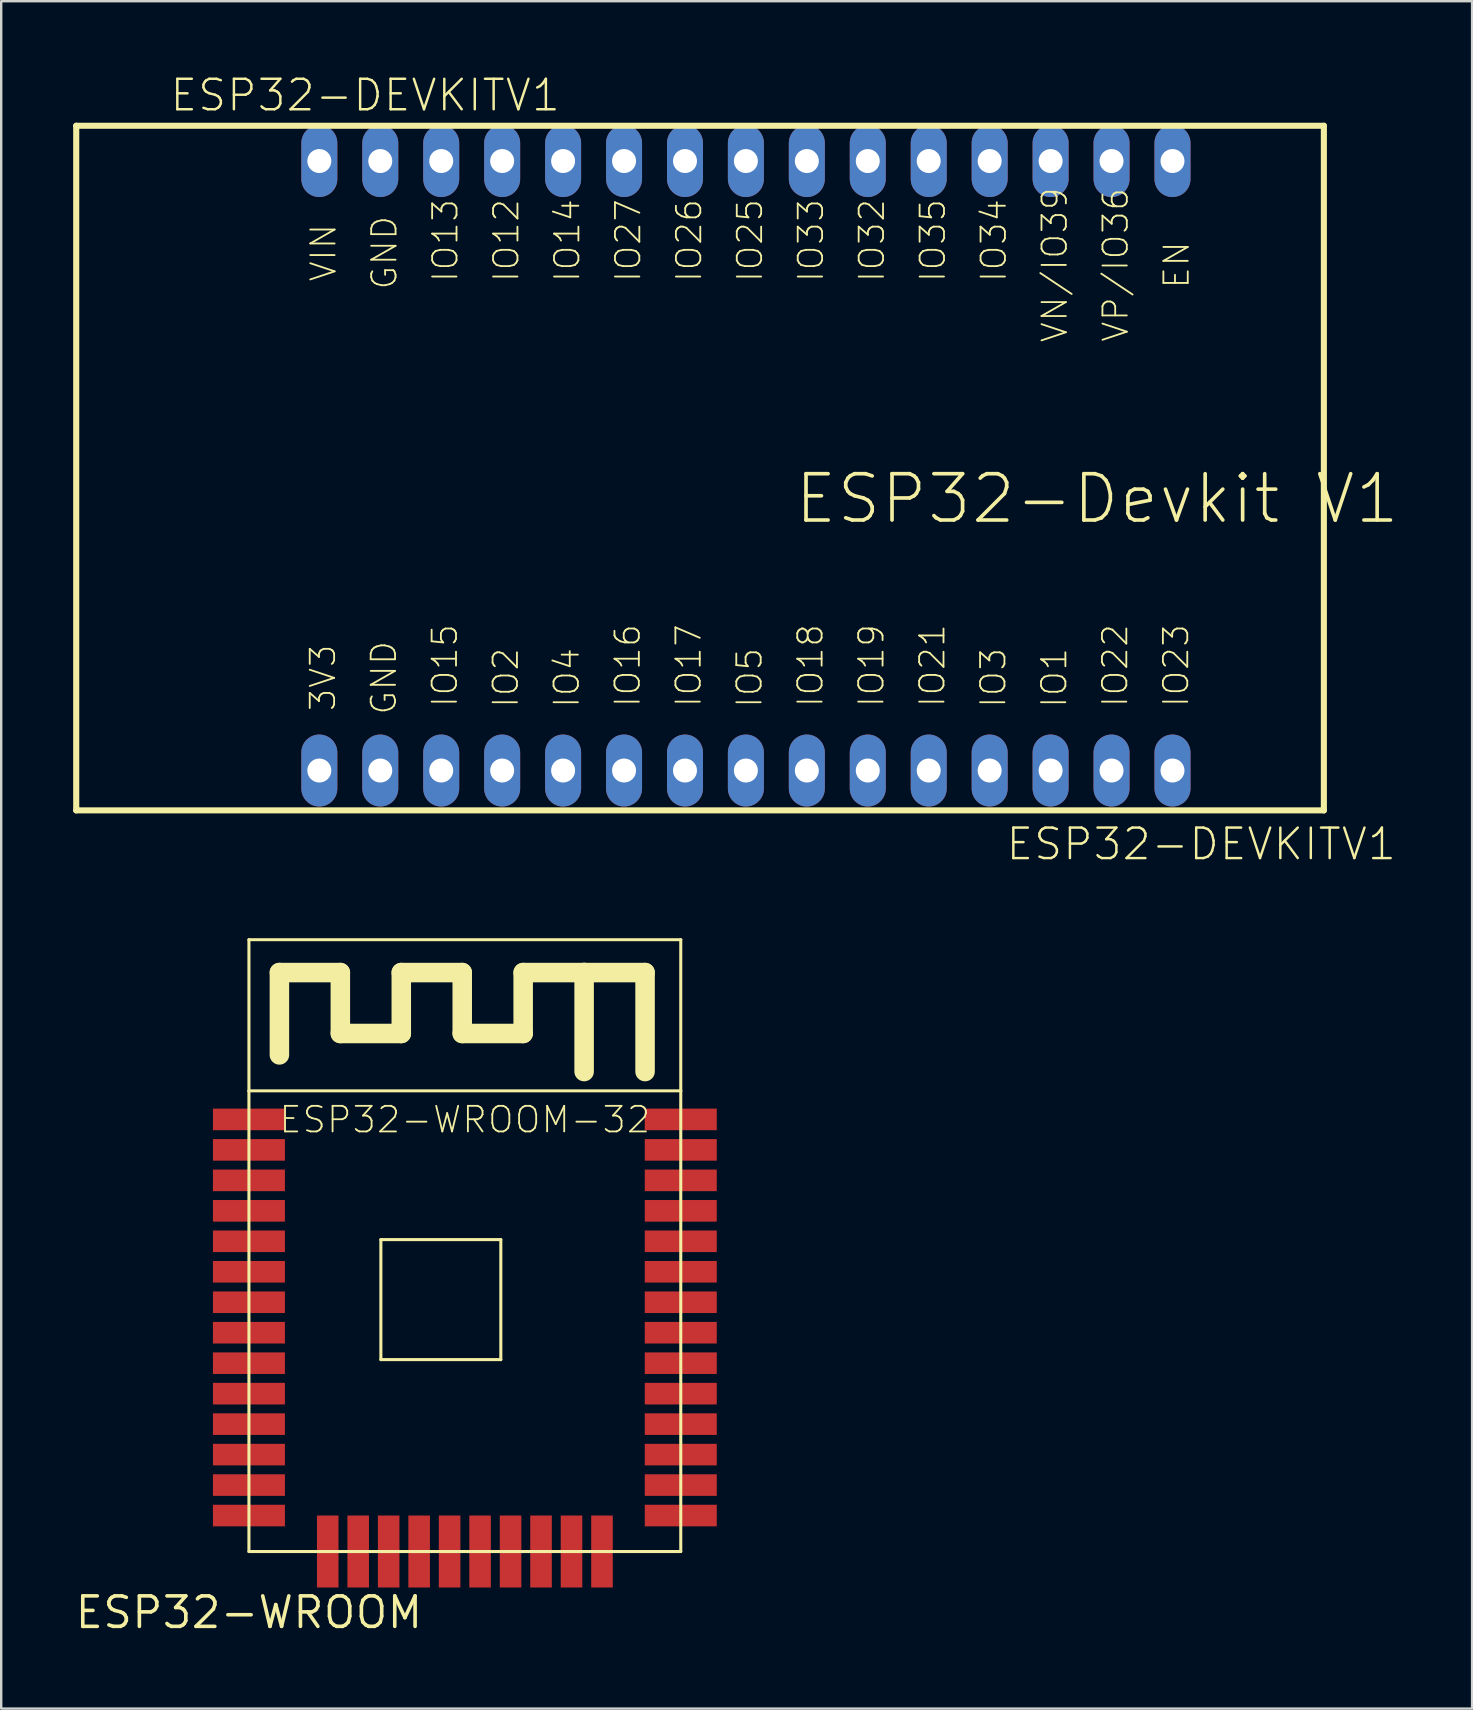
<source format=kicad_pcb>
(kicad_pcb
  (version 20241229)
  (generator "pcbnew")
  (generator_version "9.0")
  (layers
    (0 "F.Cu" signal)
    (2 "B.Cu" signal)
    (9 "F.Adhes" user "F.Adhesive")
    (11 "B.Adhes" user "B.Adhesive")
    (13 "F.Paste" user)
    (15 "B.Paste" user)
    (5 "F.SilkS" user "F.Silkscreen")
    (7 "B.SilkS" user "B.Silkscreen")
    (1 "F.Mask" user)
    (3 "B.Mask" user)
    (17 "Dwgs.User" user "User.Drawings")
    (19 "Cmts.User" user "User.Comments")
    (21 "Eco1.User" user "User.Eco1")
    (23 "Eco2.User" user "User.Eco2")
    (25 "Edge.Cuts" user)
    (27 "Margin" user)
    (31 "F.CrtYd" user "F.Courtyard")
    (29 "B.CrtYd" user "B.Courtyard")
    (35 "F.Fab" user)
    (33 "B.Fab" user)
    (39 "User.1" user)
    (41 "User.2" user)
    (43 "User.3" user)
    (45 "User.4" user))
  (footprint "ESP32-DEVKITV1"
    (layer "F.Cu")
    (at 26.777 16.796)
    (property "Reference" "ESP32-DEVKITV1" (at -14.605 -15.875 0) (layer "F.SilkS") (effects (font (size 1.27 1.27) (thickness 0.102))))
    (attr exclude_from_pos_files exclude_from_bom)
    (fp_line (start -26.65 -14.605) (end 25.349 -14.605) (stroke (width 0.254) (type solid)) (layer "F.SilkS"))
    (fp_line (start -26.65 13.929) (end -26.65 -14.605) (stroke (width 0.254) (type solid)) (layer "F.SilkS"))
    (fp_line (start 25.349 -14.605) (end 25.349 13.929) (stroke (width 0.254) (type solid)) (layer "F.SilkS"))
    (fp_line (start 25.349 13.929) (end -26.65 13.929) (stroke (width 0.254) (type solid)) (layer "F.SilkS"))
    (fp_text user "IO25" (at 1.43 -9.82 90) (layer "F.SilkS") (effects (font (size 1.016 1.016) (thickness 0.076))))
    (fp_text user "VP/IO36" (at 16.67 -8.804 90) (layer "F.SilkS") (effects (font (size 1.016 1.016) (thickness 0.076))))
    (fp_text user "IO19" (at 6.49 7.897 90) (layer "F.SilkS") (effects (font (size 1.016 1.016) (thickness 0.076))))
    (fp_text user "IO23" (at 19.19 7.897 90) (layer "F.SilkS") (effects (font (size 1.016 1.016) (thickness 0.076))))
    (fp_text user "IO21" (at 9.03 7.897 90) (layer "F.SilkS") (effects (font (size 1.016 1.016) (thickness 0.076))))
    (fp_text user "IO26" (at -1.107 -9.82 90) (layer "F.SilkS") (effects (font (size 1.016 1.016) (thickness 0.076))))
    (fp_text user "IO27" (at -3.647 -9.82 90) (layer "F.SilkS") (effects (font (size 1.016 1.016) (thickness 0.076))))
    (fp_text user "IO34" (at 11.59 -9.82 90) (layer "F.SilkS") (effects (font (size 1.016 1.016) (thickness 0.076))))
    (fp_text user "IO4" (at -6.208 8.405 90) (layer "F.SilkS") (effects (font (size 1.016 1.016) (thickness 0.076))))
    (fp_text user "EN" (at 19.21 -8.804 90) (layer "F.SilkS") (effects (font (size 1.016 1.016) (thickness 0.076))))
    (fp_text user "IO12" (at -8.727 -9.82 90) (layer "F.SilkS") (effects (font (size 1.016 1.016) (thickness 0.076))))
    (fp_text user "VIN" (at -16.347 -9.312 90) (layer "F.SilkS") (effects (font (size 1.016 1.016) (thickness 0.076))))
    (fp_text user "ESP32-Devkit V1" (at 15.898 0.942 0) (layer "F.SilkS") (effects (font (size 1.93 1.93) (thickness 0.152))))
    (fp_text user "IO17" (at -1.128 7.897 90) (layer "F.SilkS") (effects (font (size 1.016 1.016) (thickness 0.076))))
    (fp_text user "IO14" (at -6.187 -9.82 90) (layer "F.SilkS") (effects (font (size 1.016 1.016) (thickness 0.076))))
    (fp_text user "IO5" (at 1.41 8.405 90) (layer "F.SilkS") (effects (font (size 1.016 1.016) (thickness 0.076))))
    (fp_text user "GND" (at -13.828 8.405 90) (layer "F.SilkS") (effects (font (size 1.016 1.016) (thickness 0.076))))
    (fp_text user "IO33" (at 3.97 -9.82 90) (layer "F.SilkS") (effects (font (size 1.016 1.016) (thickness 0.076))))
    (fp_text user "IO13" (at -11.267 -9.82 90) (layer "F.SilkS") (effects (font (size 1.016 1.016) (thickness 0.076))))
    (fp_text user "IO18" (at 3.95 7.897 90) (layer "F.SilkS") (effects (font (size 1.016 1.016) (thickness 0.076))))
    (fp_text user "ESP32-DEVKITV1" (at 20.239 15.334 0) (layer "F.SilkS") (effects (font (size 1.27 1.27) (thickness 0.102))))
    (fp_text user "IO22" (at 16.65 7.897 90) (layer "F.SilkS") (effects (font (size 1.016 1.016) (thickness 0.076))))
    (fp_text user "IO16" (at -3.668 7.897 90) (layer "F.SilkS") (effects (font (size 1.016 1.016) (thickness 0.076))))
    (fp_text user "IO3" (at 11.57 8.405 90) (layer "F.SilkS") (effects (font (size 1.016 1.016) (thickness 0.076))))
    (fp_text user "IO2" (at -8.748 8.405 90) (layer "F.SilkS") (effects (font (size 1.016 1.016) (thickness 0.076))))
    (fp_text user "IO32" (at 6.51 -9.82 90) (layer "F.SilkS") (effects (font (size 1.016 1.016) (thickness 0.076))))
    (fp_text user "IO35" (at 9.05 -9.82 90) (layer "F.SilkS") (effects (font (size 1.016 1.016) (thickness 0.076))))
    (fp_text user "IO1" (at 14.11 8.405 90) (layer "F.SilkS") (effects (font (size 1.016 1.016) (thickness 0.076))))
    (fp_text user "GND" (at -13.807 -9.312 90) (layer "F.SilkS") (effects (font (size 1.016 1.016) (thickness 0.076))))
    (fp_text user "IO15" (at -11.288 7.897 90) (layer "F.SilkS") (effects (font (size 1.016 1.016) (thickness 0.076))))
    (fp_text user "3V3" (at -16.368 8.405 90) (layer "F.SilkS") (effects (font (size 1.016 1.016) (thickness 0.076))))
    (fp_text user "VN/IO39" (at 14.13 -8.804 90) (layer "F.SilkS") (effects (font (size 1.016 1.016) (thickness 0.076))))
    (pad "3V3" thru_hole oval (at -16.518 12.268) (size 1.5 3) (drill 1) (layers "*.Cu" "*.Mask"))
    (pad "D1" thru_hole oval (at 13.96 12.268) (size 1.5 3) (drill 1) (layers "*.Cu" "*.Mask"))
    (pad "D2" thru_hole oval (at -8.898 12.268) (size 1.5 3) (drill 1) (layers "*.Cu" "*.Mask"))
    (pad "D3" thru_hole oval (at 11.42 12.268) (size 1.5 3) (drill 1) (layers "*.Cu" "*.Mask"))
    (pad "D4" thru_hole oval (at -6.358 12.268) (size 1.5 3) (drill 1) (layers "*.Cu" "*.Mask"))
    (pad "D5" thru_hole oval (at 1.26 12.268) (size 1.5 3) (drill 1) (layers "*.Cu" "*.Mask"))
    (pad "D12" thru_hole oval (at -8.898 -13.134) (size 1.5 3) (drill 1) (layers "*.Cu" "*.Mask"))
    (pad "D13" thru_hole oval (at -11.438 -13.134) (size 1.5 3) (drill 1) (layers "*.Cu" "*.Mask"))
    (pad "D14" thru_hole oval (at -6.358 -13.134) (size 1.5 3) (drill 1) (layers "*.Cu" "*.Mask"))
    (pad "D15" thru_hole oval (at -11.438 12.268) (size 1.5 3) (drill 1) (layers "*.Cu" "*.Mask"))
    (pad "D16" thru_hole oval (at -3.818 12.268) (size 1.5 3) (drill 1) (layers "*.Cu" "*.Mask"))
    (pad "D17" thru_hole oval (at -1.278 12.268) (size 1.5 3) (drill 1) (layers "*.Cu" "*.Mask"))
    (pad "D18" thru_hole oval (at 3.8 12.268) (size 1.5 3) (drill 1) (layers "*.Cu" "*.Mask"))
    (pad "D19" thru_hole oval (at 6.34 12.268) (size 1.5 3) (drill 1) (layers "*.Cu" "*.Mask"))
    (pad "D21" thru_hole oval (at 8.88 12.268) (size 1.5 3) (drill 1) (layers "*.Cu" "*.Mask"))
    (pad "D22" thru_hole oval (at 16.5 12.268) (size 1.5 3) (drill 1) (layers "*.Cu" "*.Mask"))
    (pad "D23" thru_hole oval (at 19.04 12.268) (size 1.5 3) (drill 1) (layers "*.Cu" "*.Mask"))
    (pad "D25" thru_hole oval (at 1.26 -13.134) (size 1.5 3) (drill 1) (layers "*.Cu" "*.Mask"))
    (pad "D26" thru_hole oval (at -1.278 -13.134) (size 1.5 3) (drill 1) (layers "*.Cu" "*.Mask"))
    (pad "D27" thru_hole oval (at -3.818 -13.134) (size 1.5 3) (drill 1) (layers "*.Cu" "*.Mask"))
    (pad "D32" thru_hole oval (at 6.34 -13.134) (size 1.5 3) (drill 1) (layers "*.Cu" "*.Mask"))
    (pad "D33" thru_hole oval (at 3.8 -13.134) (size 1.5 3) (drill 1) (layers "*.Cu" "*.Mask"))
    (pad "D34" thru_hole oval (at 11.42 -13.134) (size 1.5 3) (drill 1) (layers "*.Cu" "*.Mask"))
    (pad "D35" thru_hole oval (at 8.88 -13.134) (size 1.5 3) (drill 1) (layers "*.Cu" "*.Mask"))
    (pad "D36" thru_hole oval (at 16.5 -13.134) (size 1.5 3) (drill 1) (layers "*.Cu" "*.Mask"))
    (pad "D39" thru_hole oval (at 13.96 -13.134) (size 1.5 3) (drill 1) (layers "*.Cu" "*.Mask"))
    (pad "EN" thru_hole oval (at 19.04 -13.134) (size 1.5 3) (drill 1) (layers "*.Cu" "*.Mask"))
    (pad "GND@1" thru_hole oval (at -13.978 -13.134) (size 1.5 3) (drill 1) (layers "*.Cu" "*.Mask"))
    (pad "GND@2" thru_hole oval (at -13.978 12.268) (size 1.5 3) (drill 1) (layers "*.Cu" "*.Mask"))
    (pad "VIN" thru_hole oval (at -16.518 -13.134) (size 1.5 3) (drill 1) (layers "*.Cu" "*.Mask")))
  (footprint "ESP32-WROOM"
    (layer "F.Cu")
    (at 7.325 61.614)
    (property "Reference" "ESP32-WROOM" (at 0 2.54 0) (layer "F.SilkS") (effects (font (size 1.27 1.27) (thickness 0.15))))
    (attr smd)
    (fp_line (start 0 -25.499) (end 0 -19.2) (stroke (width 0.127) (type solid)) (layer "F.SilkS"))
    (fp_line (start 0 -19.2) (end 0 0) (stroke (width 0.127) (type solid)) (layer "F.SilkS"))
    (fp_line (start 0 -19.2) (end 17.998 -19.2) (stroke (width 0.127) (type solid)) (layer "F.SilkS"))
    (fp_line (start 0 0) (end 17.998 0) (stroke (width 0.127) (type solid)) (layer "F.SilkS"))
    (fp_line (start 1.27 -24.13) (end 1.27 -20.698) (stroke (width 0.813) (type solid)) (layer "F.SilkS"))
    (fp_line (start 3.81 -24.13) (end 1.27 -24.13) (stroke (width 0.813) (type solid)) (layer "F.SilkS"))
    (fp_line (start 3.81 -21.59) (end 3.81 -24.13) (stroke (width 0.813) (type solid)) (layer "F.SilkS"))
    (fp_line (start 5.499 -13) (end 5.499 -7.998) (stroke (width 0.127) (type solid)) (layer "F.SilkS"))
    (fp_line (start 5.499 -7.998) (end 10.498 -7.998) (stroke (width 0.127) (type solid)) (layer "F.SilkS"))
    (fp_line (start 6.35 -24.13) (end 6.35 -21.59) (stroke (width 0.813) (type solid)) (layer "F.SilkS"))
    (fp_line (start 6.35 -21.59) (end 3.81 -21.59) (stroke (width 0.813) (type solid)) (layer "F.SilkS"))
    (fp_line (start 8.89 -24.13) (end 6.35 -24.13) (stroke (width 0.813) (type solid)) (layer "F.SilkS"))
    (fp_line (start 8.89 -21.59) (end 8.89 -24.13) (stroke (width 0.813) (type solid)) (layer "F.SilkS"))
    (fp_line (start 10.498 -13) (end 5.499 -13) (stroke (width 0.127) (type solid)) (layer "F.SilkS"))
    (fp_line (start 10.498 -7.998) (end 10.498 -13) (stroke (width 0.127) (type solid)) (layer "F.SilkS"))
    (fp_line (start 11.43 -24.13) (end 11.43 -21.59) (stroke (width 0.813) (type solid)) (layer "F.SilkS"))
    (fp_line (start 11.43 -21.59) (end 8.89 -21.59) (stroke (width 0.813) (type solid)) (layer "F.SilkS"))
    (fp_line (start 13.97 -24.13) (end 11.43 -24.13) (stroke (width 0.813) (type solid)) (layer "F.SilkS"))
    (fp_line (start 13.97 -24.13) (end 13.97 -20.003) (stroke (width 0.813) (type solid)) (layer "F.SilkS"))
    (fp_line (start 16.51 -24.13) (end 13.97 -24.13) (stroke (width 0.813) (type solid)) (layer "F.SilkS"))
    (fp_line (start 16.51 -20.003) (end 16.51 -24.13) (stroke (width 0.813) (type solid)) (layer "F.SilkS"))
    (fp_line (start 17.998 -25.499) (end 0 -25.499) (stroke (width 0.127) (type solid)) (layer "F.SilkS"))
    (fp_line (start 17.998 -19.2) (end 17.998 -25.499) (stroke (width 0.127) (type solid)) (layer "F.SilkS"))
    (fp_line (start 17.998 0) (end 17.998 -19.2) (stroke (width 0.127) (type solid)) (layer "F.SilkS"))
    (fp_text user "ESP32-WROOM-32" (at 8.999 -17.998 0) (layer "F.SilkS") (effects (font (size 1.067 1.067) (thickness 0.076))))
    (pad "3V3" smd rect (at 0 -16.739) (size 3 0.9) (layers "F.Cu" "F.Mask" "F.Paste"))
    (pad "CLK" smd rect (at 9.634 0 90) (size 3 0.899) (layers "F.Cu" "F.Mask" "F.Paste"))
    (pad "CMD" smd rect (at 8.364 0 90) (size 3 0.899) (layers "F.Cu" "F.Mask" "F.Paste"))
    (pad "EN" smd rect (at 0 -15.469) (size 3 0.9) (layers "F.Cu" "F.Mask" "F.Paste"))
    (pad "GND1" smd rect (at 0 -18.009) (size 3 0.9) (layers "F.Cu" "F.Mask" "F.Paste"))
    (pad "GND2" smd rect (at 3.284 0 90) (size 3 0.899) (layers "F.Cu" "F.Mask" "F.Paste"))
    (pad "GND3" smd rect (at 17.998 -18.009) (size 3 0.9) (layers "F.Cu" "F.Mask" "F.Paste"))
    (pad "IO0" smd rect (at 17.998 -1.499) (size 3 0.9) (layers "F.Cu" "F.Mask" "F.Paste"))
    (pad "IO2" smd rect (at 14.714 0 90) (size 3 0.899) (layers "F.Cu" "F.Mask" "F.Paste"))
    (pad "IO4" smd rect (at 17.998 -2.769) (size 3 0.9) (layers "F.Cu" "F.Mask" "F.Paste"))
    (pad "IO5" smd rect (at 17.998 -6.579) (size 3 0.9) (layers "F.Cu" "F.Mask" "F.Paste"))
    (pad "IO12" smd rect (at 0 -1.499) (size 3 0.9) (layers "F.Cu" "F.Mask" "F.Paste"))
    (pad "IO13" smd rect (at 4.554 0 90) (size 3 0.899) (layers "F.Cu" "F.Mask" "F.Paste"))
    (pad "IO14" smd rect (at 0 -2.769) (size 3 0.9) (layers "F.Cu" "F.Mask" "F.Paste"))
    (pad "IO15" smd rect (at 13.444 0 90) (size 3 0.899) (layers "F.Cu" "F.Mask" "F.Paste"))
    (pad "IO16" smd rect (at 17.998 -4.039) (size 3 0.9) (layers "F.Cu" "F.Mask" "F.Paste"))
    (pad "IO17" smd rect (at 17.998 -5.309) (size 3 0.9) (layers "F.Cu" "F.Mask" "F.Paste"))
    (pad "IO18" smd rect (at 17.998 -7.849) (size 3 0.9) (layers "F.Cu" "F.Mask" "F.Paste"))
    (pad "IO19" smd rect (at 17.998 -9.119) (size 3 0.9) (layers "F.Cu" "F.Mask" "F.Paste"))
    (pad "IO21" smd rect (at 17.998 -11.659) (size 3 0.9) (layers "F.Cu" "F.Mask" "F.Paste"))
    (pad "IO22" smd rect (at 17.998 -15.469) (size 3 0.9) (layers "F.Cu" "F.Mask" "F.Paste"))
    (pad "IO23" smd rect (at 17.998 -16.739) (size 3 0.9) (layers "F.Cu" "F.Mask" "F.Paste"))
    (pad "IO25" smd rect (at 0 -6.579) (size 3 0.9) (layers "F.Cu" "F.Mask" "F.Paste"))
    (pad "IO26" smd rect (at 0 -5.309) (size 3 0.9) (layers "F.Cu" "F.Mask" "F.Paste"))
    (pad "IO27" smd rect (at 0 -4.039) (size 3 0.9) (layers "F.Cu" "F.Mask" "F.Paste"))
    (pad "IO32" smd rect (at 0 -9.119) (size 3 0.9) (layers "F.Cu" "F.Mask" "F.Paste"))
    (pad "IO33" smd rect (at 0 -7.849) (size 3 0.9) (layers "F.Cu" "F.Mask" "F.Paste"))
    (pad "IO34" smd rect (at 0 -11.659) (size 3 0.9) (layers "F.Cu" "F.Mask" "F.Paste"))
    (pad "IO35" smd rect (at 0 -10.389) (size 3 0.9) (layers "F.Cu" "F.Mask" "F.Paste"))
    (pad "NC" smd rect (at 17.998 -10.389) (size 3 0.9) (layers "F.Cu" "F.Mask" "F.Paste"))
    (pad "RX" smd rect (at 17.998 -12.929) (size 3 0.9) (layers "F.Cu" "F.Mask" "F.Paste"))
    (pad "SD0" smd rect (at 10.904 0 90) (size 3 0.899) (layers "F.Cu" "F.Mask" "F.Paste"))
    (pad "SD1" smd rect (at 12.174 0 90) (size 3 0.899) (layers "F.Cu" "F.Mask" "F.Paste"))
    (pad "SD2" smd rect (at 5.824 0 90) (size 3 0.899) (layers "F.Cu" "F.Mask" "F.Paste"))
    (pad "SD3" smd rect (at 7.094 0 90) (size 3 0.899) (layers "F.Cu" "F.Mask" "F.Paste"))
    (pad "SENSOR_VN" smd rect (at 0 -12.929) (size 3 0.9) (layers "F.Cu" "F.Mask" "F.Paste"))
    (pad "SENSOR_VP" smd rect (at 0 -14.199) (size 3 0.9) (layers "F.Cu" "F.Mask" "F.Paste"))
    (pad "TX" smd rect (at 17.998 -14.199) (size 3 0.9) (layers "F.Cu" "F.Mask" "F.Paste")))
  (gr_rect
    (start -3 -3)
    (end 58.304 68.16)
    (stroke (width 0.1) (type default))
    (fill no)
    (layer "Edge.Cuts")))
</source>
